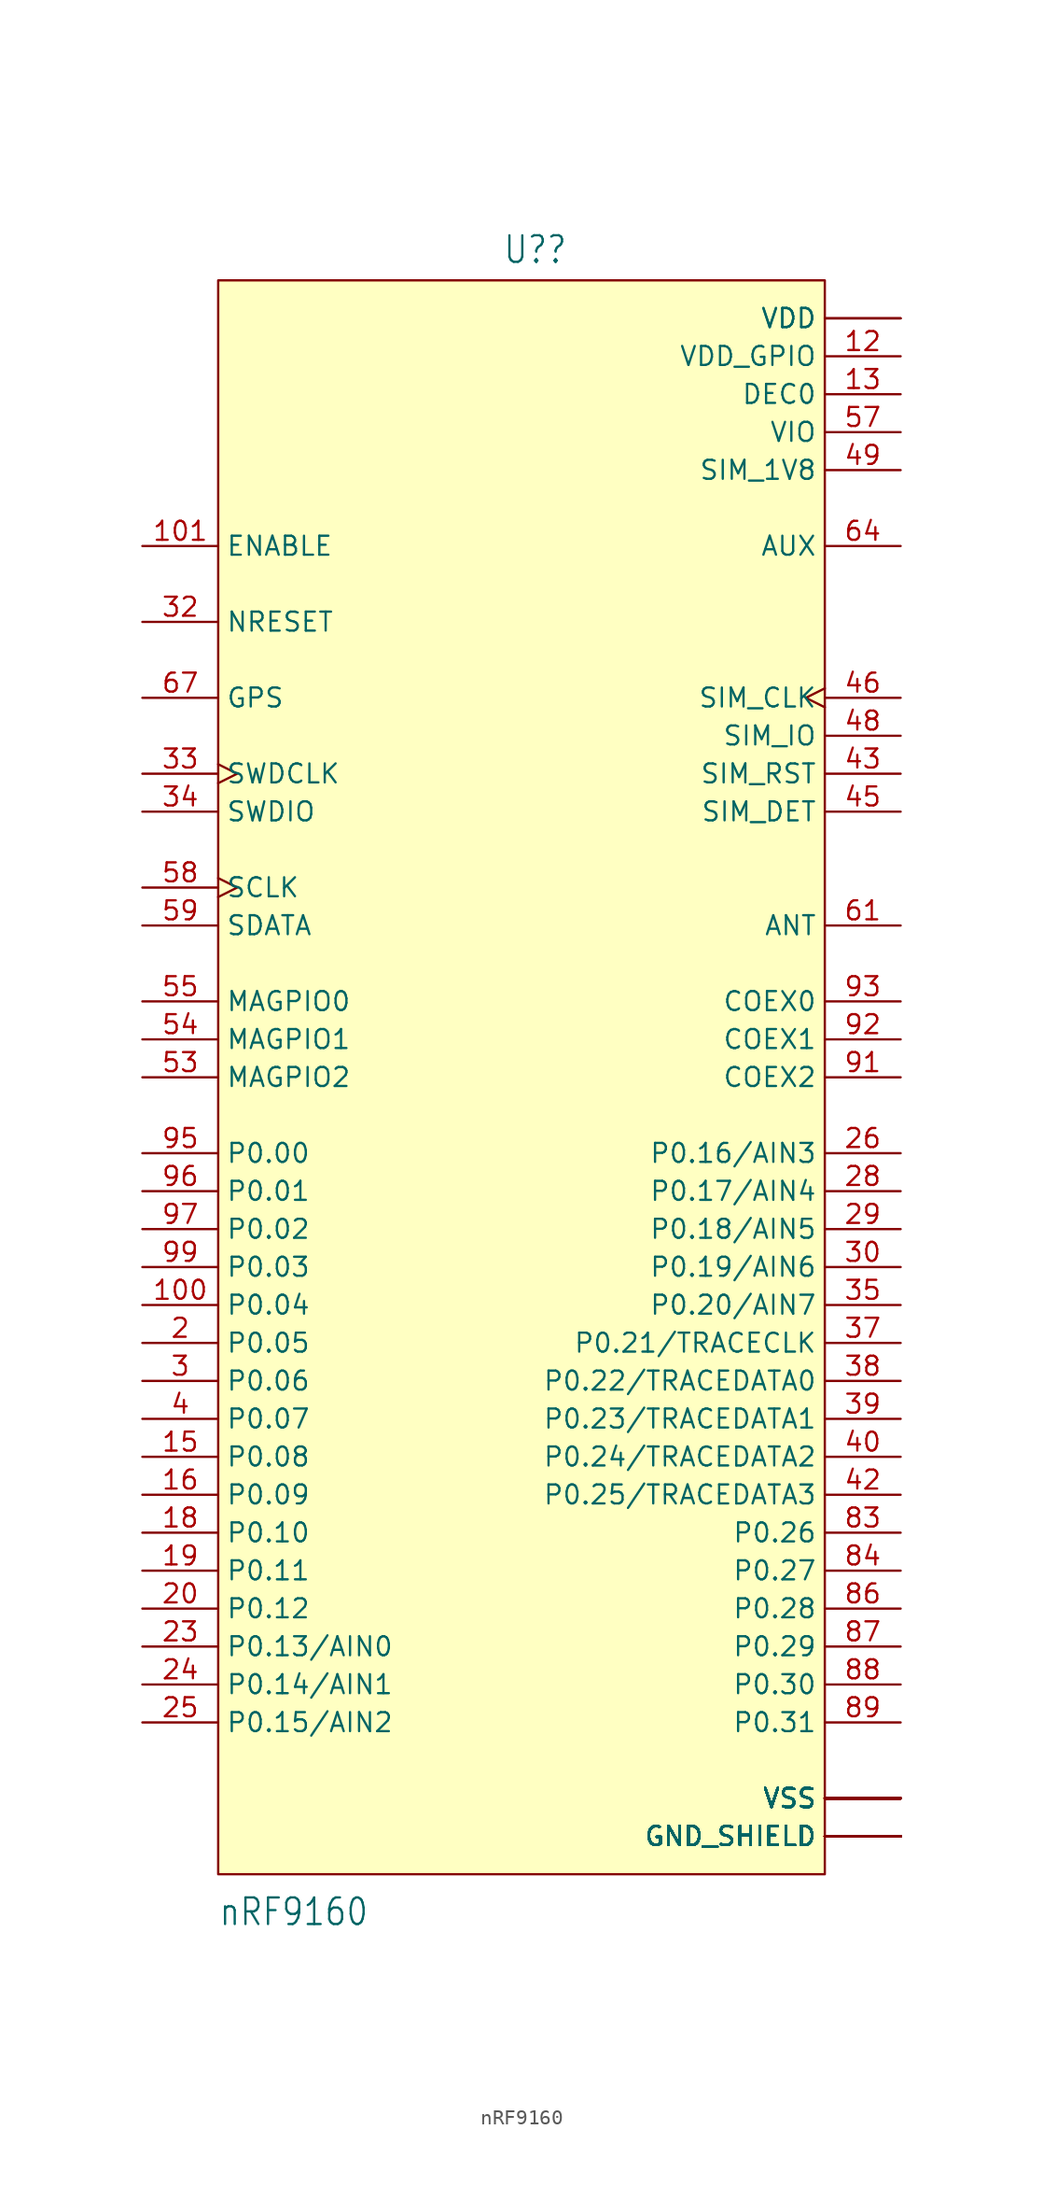
<source format=kicad_sym>
(kicad_symbol_lib
  (version 20220914)
  (generator kicad_symbol_editor)
  (symbol "nRF9160"
    (property "Reference" "U?"
      (at -1.27 54.356 0)
      (effects (font (size 1.778 1.511)) (justify left bottom)))
    (property "Value" "nRF9160"
      (at -20.32 -56.896 0)
      (effects (font (size 1.778 1.511)) (justify left bottom)))
    (symbol "nRF9160_1_0"
      (pin power_in line (at 25.4 -50.8 180) (length 5.08) (name "GND_SHIELD" (effects (font (size 1.27 1.27)))) (number "1" (effects (font (size 0 0)))))
      (pin bidirectional line (at -25.4 -15.24 0) (length 5.08) (name "P0.04" (effects (font (size 1.27 1.27)))) (number "100" (effects (font (size 1.27 1.27)))))
      (pin input line (at -25.4 35.56 0) (length 5.08) (name "ENABLE" (effects (font (size 1.27 1.27)))) (number "101" (effects (font (size 1.27 1.27)))))
      (pin power_in line (at 25.4 50.8 180) (length 5.08) (name "VDD" (effects (font (size 1.27 1.27)))) (number "102" (effects (font (size 0 0)))))
      (pin power_in line (at 25.4 -48.26 180) (length 5.08) (name "VSS" (effects (font (size 1.27 1.27)))) (number "103_1" (effects (font (size 0 0)))))
      (pin power_in line (at 25.4 -48.26 180) (length 5.08) (name "VSS" (effects (font (size 1.27 1.27)))) (number "103_10" (effects (font (size 0 0)))))
      (pin power_in line (at 25.4 -48.26 180) (length 5.08) (name "VSS" (effects (font (size 1.27 1.27)))) (number "103_11" (effects (font (size 0 0)))))
      (pin power_in line (at 25.4 -48.26 180) (length 5.08) (name "VSS" (effects (font (size 1.27 1.27)))) (number "103_12" (effects (font (size 0 0)))))
      (pin power_in line (at 25.4 -48.26 180) (length 5.08) (name "VSS" (effects (font (size 1.27 1.27)))) (number "103_13" (effects (font (size 0 0)))))
      (pin power_in line (at 25.4 -48.26 180) (length 5.08) (name "VSS" (effects (font (size 1.27 1.27)))) (number "103_14" (effects (font (size 0 0)))))
      (pin power_in line (at 25.4 -48.26 180) (length 5.08) (name "VSS" (effects (font (size 1.27 1.27)))) (number "103_15" (effects (font (size 0 0)))))
      (pin power_in line (at 25.4 -48.26 180) (length 5.08) (name "VSS" (effects (font (size 1.27 1.27)))) (number "103_16" (effects (font (size 0 0)))))
      (pin power_in line (at 25.4 -48.26 180) (length 5.08) (name "VSS" (effects (font (size 1.27 1.27)))) (number "103_17" (effects (font (size 0 0)))))
      (pin power_in line (at 25.4 -48.26 180) (length 5.08) (name "VSS" (effects (font (size 1.27 1.27)))) (number "103_18" (effects (font (size 0 0)))))
      (pin power_in line (at 25.4 -48.26 180) (length 5.08) (name "VSS" (effects (font (size 1.27 1.27)))) (number "103_19" (effects (font (size 0 0)))))
      (pin power_in line (at 25.4 -48.26 180) (length 5.08) (name "VSS" (effects (font (size 1.27 1.27)))) (number "103_2" (effects (font (size 0 0)))))
      (pin power_in line (at 25.4 -48.26 180) (length 5.08) (name "VSS" (effects (font (size 1.27 1.27)))) (number "103_20" (effects (font (size 0 0)))))
      (pin power_in line (at 25.4 -48.26 180) (length 5.08) (name "VSS" (effects (font (size 1.27 1.27)))) (number "103_21" (effects (font (size 0 0)))))
      (pin power_in line (at 25.4 -48.26 180) (length 5.08) (name "VSS" (effects (font (size 1.27 1.27)))) (number "103_22" (effects (font (size 0 0)))))
      (pin power_in line (at 25.4 -48.26 180) (length 5.08) (name "VSS" (effects (font (size 1.27 1.27)))) (number "103_23" (effects (font (size 0 0)))))
      (pin power_in line (at 25.4 -48.26 180) (length 5.08) (name "VSS" (effects (font (size 1.27 1.27)))) (number "103_24" (effects (font (size 0 0)))))
      (pin power_in line (at 25.4 -48.26 180) (length 5.08) (name "VSS" (effects (font (size 1.27 1.27)))) (number "103_25" (effects (font (size 0 0)))))
      (pin power_in line (at 25.4 -48.26 180) (length 5.08) (name "VSS" (effects (font (size 1.27 1.27)))) (number "103_26" (effects (font (size 0 0)))))
      (pin power_in line (at 25.4 -48.26 180) (length 5.08) (name "VSS" (effects (font (size 1.27 1.27)))) (number "103_27" (effects (font (size 0 0)))))
      (pin power_in line (at 25.4 -48.26 180) (length 5.08) (name "VSS" (effects (font (size 1.27 1.27)))) (number "103_28" (effects (font (size 0 0)))))
      (pin power_in line (at 25.4 -48.26 180) (length 5.08) (name "VSS" (effects (font (size 1.27 1.27)))) (number "103_29" (effects (font (size 0 0)))))
      (pin power_in line (at 25.4 -48.26 180) (length 5.08) (name "VSS" (effects (font (size 1.27 1.27)))) (number "103_3" (effects (font (size 0 0)))))
      (pin power_in line (at 25.4 -48.26 180) (length 5.08) (name "VSS" (effects (font (size 1.27 1.27)))) (number "103_30" (effects (font (size 0 0)))))
      (pin power_in line (at 25.4 -48.26 180) (length 5.08) (name "VSS" (effects (font (size 1.27 1.27)))) (number "103_31" (effects (font (size 0 0)))))
      (pin power_in line (at 25.4 -48.26 180) (length 5.08) (name "VSS" (effects (font (size 1.27 1.27)))) (number "103_32" (effects (font (size 0 0)))))
      (pin power_in line (at 25.4 -48.26 180) (length 5.08) (name "VSS" (effects (font (size 1.27 1.27)))) (number "103_33" (effects (font (size 0 0)))))
      (pin power_in line (at 25.4 -48.26 180) (length 5.08) (name "VSS" (effects (font (size 1.27 1.27)))) (number "103_34" (effects (font (size 0 0)))))
      (pin power_in line (at 25.4 -48.26 180) (length 5.08) (name "VSS" (effects (font (size 1.27 1.27)))) (number "103_35" (effects (font (size 0 0)))))
      (pin power_in line (at 25.4 -48.26 180) (length 5.08) (name "VSS" (effects (font (size 1.27 1.27)))) (number "103_4" (effects (font (size 0 0)))))
      (pin power_in line (at 25.4 -48.26 180) (length 5.08) (name "VSS" (effects (font (size 1.27 1.27)))) (number "103_5" (effects (font (size 0 0)))))
      (pin power_in line (at 25.4 -48.26 180) (length 5.08) (name "VSS" (effects (font (size 1.27 1.27)))) (number "103_6" (effects (font (size 0 0)))))
      (pin power_in line (at 25.4 -48.26 180) (length 5.08) (name "VSS" (effects (font (size 1.27 1.27)))) (number "103_7" (effects (font (size 0 0)))))
      (pin power_in line (at 25.4 -48.26 180) (length 5.08) (name "VSS" (effects (font (size 1.27 1.27)))) (number "103_8" (effects (font (size 0 0)))))
      (pin power_in line (at 25.4 -48.26 180) (length 5.08) (name "VSS" (effects (font (size 1.27 1.27)))) (number "103_9" (effects (font (size 0 0)))))
      (pin power_in line (at 25.4 -50.8 180) (length 5.08) (name "GND_SHIELD" (effects (font (size 1.27 1.27)))) (number "11" (effects (font (size 0 0)))))
      (pin power_in line (at 25.4 48.26 180) (length 5.08) (name "VDD_GPIO" (effects (font (size 1.27 1.27)))) (number "12" (effects (font (size 1.27 1.27)))))
      (pin power_in line (at 25.4 45.72 180) (length 5.08) (name "DEC0" (effects (font (size 1.27 1.27)))) (number "13" (effects (font (size 1.27 1.27)))))
      (pin power_in line (at 25.4 -50.8 180) (length 5.08) (name "GND_SHIELD" (effects (font (size 1.27 1.27)))) (number "14" (effects (font (size 0 0)))))
      (pin bidirectional line (at -25.4 -25.4 0) (length 5.08) (name "P0.08" (effects (font (size 1.27 1.27)))) (number "15" (effects (font (size 1.27 1.27)))))
      (pin bidirectional line (at -25.4 -27.94 0) (length 5.08) (name "P0.09" (effects (font (size 1.27 1.27)))) (number "16" (effects (font (size 1.27 1.27)))))
      (pin power_in line (at 25.4 -50.8 180) (length 5.08) (name "GND_SHIELD" (effects (font (size 1.27 1.27)))) (number "17" (effects (font (size 0 0)))))
      (pin bidirectional line (at -25.4 -30.48 0) (length 5.08) (name "P0.10" (effects (font (size 1.27 1.27)))) (number "18" (effects (font (size 1.27 1.27)))))
      (pin bidirectional line (at -25.4 -33.02 0) (length 5.08) (name "P0.11" (effects (font (size 1.27 1.27)))) (number "19" (effects (font (size 1.27 1.27)))))
      (pin bidirectional line (at -25.4 -17.78 0) (length 5.08) (name "P0.05" (effects (font (size 1.27 1.27)))) (number "2" (effects (font (size 1.27 1.27)))))
      (pin bidirectional line (at -25.4 -35.56 0) (length 5.08) (name "P0.12" (effects (font (size 1.27 1.27)))) (number "20" (effects (font (size 1.27 1.27)))))
      (pin power_in line (at 25.4 -50.8 180) (length 5.08) (name "GND_SHIELD" (effects (font (size 1.27 1.27)))) (number "21" (effects (font (size 0 0)))))
      (pin power_in line (at 25.4 50.8 180) (length 5.08) (name "VDD" (effects (font (size 1.27 1.27)))) (number "22" (effects (font (size 0 0)))))
      (pin bidirectional line (at -25.4 -38.1 0) (length 5.08) (name "P0.13/AIN0" (effects (font (size 1.27 1.27)))) (number "23" (effects (font (size 1.27 1.27)))))
      (pin bidirectional line (at -25.4 -40.64 0) (length 5.08) (name "P0.14/AIN1" (effects (font (size 1.27 1.27)))) (number "24" (effects (font (size 1.27 1.27)))))
      (pin bidirectional line (at -25.4 -43.18 0) (length 5.08) (name "P0.15/AIN2" (effects (font (size 1.27 1.27)))) (number "25" (effects (font (size 1.27 1.27)))))
      (pin bidirectional line (at 25.4 -5.08 180) (length 5.08) (name "P0.16/AIN3" (effects (font (size 1.27 1.27)))) (number "26" (effects (font (size 1.27 1.27)))))
      (pin power_in line (at 25.4 -50.8 180) (length 5.08) (name "GND_SHIELD" (effects (font (size 1.27 1.27)))) (number "27" (effects (font (size 0 0)))))
      (pin bidirectional line (at 25.4 -7.62 180) (length 5.08) (name "P0.17/AIN4" (effects (font (size 1.27 1.27)))) (number "28" (effects (font (size 1.27 1.27)))))
      (pin bidirectional line (at 25.4 -10.16 180) (length 5.08) (name "P0.18/AIN5" (effects (font (size 1.27 1.27)))) (number "29" (effects (font (size 1.27 1.27)))))
      (pin bidirectional line (at -25.4 -20.32 0) (length 5.08) (name "P0.06" (effects (font (size 1.27 1.27)))) (number "3" (effects (font (size 1.27 1.27)))))
      (pin bidirectional line (at 25.4 -12.7 180) (length 5.08) (name "P0.19/AIN6" (effects (font (size 1.27 1.27)))) (number "30" (effects (font (size 1.27 1.27)))))
      (pin power_in line (at 25.4 -50.8 180) (length 5.08) (name "GND_SHIELD" (effects (font (size 1.27 1.27)))) (number "31" (effects (font (size 0 0)))))
      (pin input line (at -25.4 30.48 0) (length 5.08) (name "NRESET" (effects (font (size 1.27 1.27)))) (number "32" (effects (font (size 1.27 1.27)))))
      (pin input clock (at -25.4 20.32 0) (length 5.08) (name "SWDCLK" (effects (font (size 1.27 1.27)))) (number "33" (effects (font (size 1.27 1.27)))))
      (pin bidirectional line (at -25.4 17.78 0) (length 5.08) (name "SWDIO" (effects (font (size 1.27 1.27)))) (number "34" (effects (font (size 1.27 1.27)))))
      (pin bidirectional line (at 25.4 -15.24 180) (length 5.08) (name "P0.20/AIN7" (effects (font (size 1.27 1.27)))) (number "35" (effects (font (size 1.27 1.27)))))
      (pin power_in line (at 25.4 -50.8 180) (length 5.08) (name "GND_SHIELD" (effects (font (size 1.27 1.27)))) (number "36" (effects (font (size 0 0)))))
      (pin bidirectional line (at 25.4 -17.78 180) (length 5.08) (name "P0.21/TRACECLK" (effects (font (size 1.27 1.27)))) (number "37" (effects (font (size 1.27 1.27)))))
      (pin bidirectional line (at 25.4 -20.32 180) (length 5.08) (name "P0.22/TRACEDATA0" (effects (font (size 1.27 1.27)))) (number "38" (effects (font (size 1.27 1.27)))))
      (pin bidirectional line (at 25.4 -22.86 180) (length 5.08) (name "P0.23/TRACEDATA1" (effects (font (size 1.27 1.27)))) (number "39" (effects (font (size 1.27 1.27)))))
      (pin bidirectional line (at -25.4 -22.86 0) (length 5.08) (name "P0.07" (effects (font (size 1.27 1.27)))) (number "4" (effects (font (size 1.27 1.27)))))
      (pin bidirectional line (at 25.4 -25.4 180) (length 5.08) (name "P0.24/TRACEDATA2" (effects (font (size 1.27 1.27)))) (number "40" (effects (font (size 1.27 1.27)))))
      (pin power_in line (at 25.4 -50.8 180) (length 5.08) (name "GND_SHIELD" (effects (font (size 1.27 1.27)))) (number "41" (effects (font (size 0 0)))))
      (pin bidirectional line (at 25.4 -27.94 180) (length 5.08) (name "P0.25/TRACEDATA3" (effects (font (size 1.27 1.27)))) (number "42" (effects (font (size 1.27 1.27)))))
      (pin bidirectional line (at 25.4 20.32 180) (length 5.08) (name "SIM_RST" (effects (font (size 1.27 1.27)))) (number "43" (effects (font (size 1.27 1.27)))))
      (pin power_in line (at 25.4 -50.8 180) (length 5.08) (name "GND_SHIELD" (effects (font (size 1.27 1.27)))) (number "44" (effects (font (size 0 0)))))
      (pin bidirectional line (at 25.4 17.78 180) (length 5.08) (name "SIM_DET" (effects (font (size 1.27 1.27)))) (number "45" (effects (font (size 1.27 1.27)))))
      (pin bidirectional clock (at 25.4 25.4 180) (length 5.08) (name "SIM_CLK" (effects (font (size 1.27 1.27)))) (number "46" (effects (font (size 1.27 1.27)))))
      (pin power_in line (at 25.4 -50.8 180) (length 5.08) (name "GND_SHIELD" (effects (font (size 1.27 1.27)))) (number "47" (effects (font (size 0 0)))))
      (pin bidirectional line (at 25.4 22.86 180) (length 5.08) (name "SIM_IO" (effects (font (size 1.27 1.27)))) (number "48" (effects (font (size 1.27 1.27)))))
      (pin power_in line (at 25.4 40.64 180) (length 5.08) (name "SIM_1V8" (effects (font (size 1.27 1.27)))) (number "49" (effects (font (size 1.27 1.27)))))
      (pin power_in line (at 25.4 -50.8 180) (length 5.08) (name "GND_SHIELD" (effects (font (size 1.27 1.27)))) (number "5" (effects (font (size 0 0)))))
      (pin power_in line (at 25.4 -50.8 180) (length 5.08) (name "GND_SHIELD" (effects (font (size 1.27 1.27)))) (number "50" (effects (font (size 0 0)))))
      (pin power_in line (at 25.4 -50.8 180) (length 5.08) (name "GND_SHIELD" (effects (font (size 1.27 1.27)))) (number "52" (effects (font (size 0 0)))))
      (pin bidirectional line (at -25.4 0 0) (length 5.08) (name "MAGPIO2" (effects (font (size 1.27 1.27)))) (number "53" (effects (font (size 1.27 1.27)))))
      (pin bidirectional line (at -25.4 2.54 0) (length 5.08) (name "MAGPIO1" (effects (font (size 1.27 1.27)))) (number "54" (effects (font (size 1.27 1.27)))))
      (pin bidirectional line (at -25.4 5.08 0) (length 5.08) (name "MAGPIO0" (effects (font (size 1.27 1.27)))) (number "55" (effects (font (size 1.27 1.27)))))
      (pin power_in line (at 25.4 -50.8 180) (length 5.08) (name "GND_SHIELD" (effects (font (size 1.27 1.27)))) (number "56" (effects (font (size 0 0)))))
      (pin power_in line (at 25.4 43.18 180) (length 5.08) (name "VIO" (effects (font (size 1.27 1.27)))) (number "57" (effects (font (size 1.27 1.27)))))
      (pin bidirectional clock (at -25.4 12.7 0) (length 5.08) (name "SCLK" (effects (font (size 1.27 1.27)))) (number "58" (effects (font (size 1.27 1.27)))))
      (pin bidirectional line (at -25.4 10.16 0) (length 5.08) (name "SDATA" (effects (font (size 1.27 1.27)))) (number "59" (effects (font (size 1.27 1.27)))))
      (pin power_in line (at 25.4 -50.8 180) (length 5.08) (name "GND_SHIELD" (effects (font (size 1.27 1.27)))) (number "6" (effects (font (size 0 0)))))
      (pin power_in line (at 25.4 -50.8 180) (length 5.08) (name "GND_SHIELD" (effects (font (size 1.27 1.27)))) (number "60" (effects (font (size 0 0)))))
      (pin bidirectional line (at 25.4 10.16 180) (length 5.08) (name "ANT" (effects (font (size 1.27 1.27)))) (number "61" (effects (font (size 1.27 1.27)))))
      (pin power_in line (at 25.4 -50.8 180) (length 5.08) (name "GND_SHIELD" (effects (font (size 1.27 1.27)))) (number "62" (effects (font (size 0 0)))))
      (pin power_in line (at 25.4 -50.8 180) (length 5.08) (name "GND_SHIELD" (effects (font (size 1.27 1.27)))) (number "63" (effects (font (size 0 0)))))
      (pin output line (at 25.4 35.56 180) (length 5.08) (name "AUX" (effects (font (size 1.27 1.27)))) (number "64" (effects (font (size 1.27 1.27)))))
      (pin power_in line (at 25.4 -50.8 180) (length 5.08) (name "GND_SHIELD" (effects (font (size 1.27 1.27)))) (number "65" (effects (font (size 0 0)))))
      (pin power_in line (at 25.4 -50.8 180) (length 5.08) (name "GND_SHIELD" (effects (font (size 1.27 1.27)))) (number "66" (effects (font (size 0 0)))))
      (pin input line (at -25.4 25.4 0) (length 5.08) (name "GPS" (effects (font (size 1.27 1.27)))) (number "67" (effects (font (size 1.27 1.27)))))
      (pin power_in line (at 25.4 -50.8 180) (length 5.08) (name "GND_SHIELD" (effects (font (size 1.27 1.27)))) (number "68" (effects (font (size 0 0)))))
      (pin power_in line (at 25.4 -50.8 180) (length 5.08) (name "GND_SHIELD" (effects (font (size 1.27 1.27)))) (number "69" (effects (font (size 0 0)))))
      (pin power_in line (at 25.4 -50.8 180) (length 5.08) (name "GND_SHIELD" (effects (font (size 1.27 1.27)))) (number "7" (effects (font (size 0 0)))))
      (pin power_in line (at 25.4 -50.8 180) (length 5.08) (name "GND_SHIELD" (effects (font (size 1.27 1.27)))) (number "72" (effects (font (size 0 0)))))
      (pin power_in line (at 25.4 -50.8 180) (length 5.08) (name "GND_SHIELD" (effects (font (size 1.27 1.27)))) (number "74" (effects (font (size 0 0)))))
      (pin power_in line (at 25.4 -50.8 180) (length 5.08) (name "GND_SHIELD" (effects (font (size 1.27 1.27)))) (number "75" (effects (font (size 0 0)))))
      (pin power_in line (at 25.4 -50.8 180) (length 5.08) (name "GND_SHIELD" (effects (font (size 1.27 1.27)))) (number "76" (effects (font (size 0 0)))))
      (pin power_in line (at 25.4 -50.8 180) (length 5.08) (name "GND_SHIELD" (effects (font (size 1.27 1.27)))) (number "77" (effects (font (size 0 0)))))
      (pin power_in line (at 25.4 -50.8 180) (length 5.08) (name "GND_SHIELD" (effects (font (size 1.27 1.27)))) (number "78" (effects (font (size 0 0)))))
      (pin power_in line (at 25.4 -50.8 180) (length 5.08) (name "GND_SHIELD" (effects (font (size 1.27 1.27)))) (number "79" (effects (font (size 0 0)))))
      (pin power_in line (at 25.4 -50.8 180) (length 5.08) (name "GND_SHIELD" (effects (font (size 1.27 1.27)))) (number "8" (effects (font (size 0 0)))))
      (pin power_in line (at 25.4 -50.8 180) (length 5.08) (name "GND_SHIELD" (effects (font (size 1.27 1.27)))) (number "80" (effects (font (size 0 0)))))
      (pin power_in line (at 25.4 -50.8 180) (length 5.08) (name "GND_SHIELD" (effects (font (size 1.27 1.27)))) (number "81" (effects (font (size 0 0)))))
      (pin power_in line (at 25.4 -50.8 180) (length 5.08) (name "GND_SHIELD" (effects (font (size 1.27 1.27)))) (number "82" (effects (font (size 0 0)))))
      (pin bidirectional line (at 25.4 -30.48 180) (length 5.08) (name "P0.26" (effects (font (size 1.27 1.27)))) (number "83" (effects (font (size 1.27 1.27)))))
      (pin bidirectional line (at 25.4 -33.02 180) (length 5.08) (name "P0.27" (effects (font (size 1.27 1.27)))) (number "84" (effects (font (size 1.27 1.27)))))
      (pin power_in line (at 25.4 -50.8 180) (length 5.08) (name "GND_SHIELD" (effects (font (size 1.27 1.27)))) (number "85" (effects (font (size 0 0)))))
      (pin bidirectional line (at 25.4 -35.56 180) (length 5.08) (name "P0.28" (effects (font (size 1.27 1.27)))) (number "86" (effects (font (size 1.27 1.27)))))
      (pin bidirectional line (at 25.4 -38.1 180) (length 5.08) (name "P0.29" (effects (font (size 1.27 1.27)))) (number "87" (effects (font (size 1.27 1.27)))))
      (pin bidirectional line (at 25.4 -40.64 180) (length 5.08) (name "P0.30" (effects (font (size 1.27 1.27)))) (number "88" (effects (font (size 1.27 1.27)))))
      (pin bidirectional line (at 25.4 -43.18 180) (length 5.08) (name "P0.31" (effects (font (size 1.27 1.27)))) (number "89" (effects (font (size 1.27 1.27)))))
      (pin power_in line (at 25.4 -50.8 180) (length 5.08) (name "GND_SHIELD" (effects (font (size 1.27 1.27)))) (number "9" (effects (font (size 0 0)))))
      (pin power_in line (at 25.4 -50.8 180) (length 5.08) (name "GND_SHIELD" (effects (font (size 1.27 1.27)))) (number "90" (effects (font (size 0 0)))))
      (pin bidirectional line (at 25.4 0 180) (length 5.08) (name "COEX2" (effects (font (size 1.27 1.27)))) (number "91" (effects (font (size 1.27 1.27)))))
      (pin bidirectional line (at 25.4 2.54 180) (length 5.08) (name "COEX1" (effects (font (size 1.27 1.27)))) (number "92" (effects (font (size 1.27 1.27)))))
      (pin bidirectional line (at 25.4 5.08 180) (length 5.08) (name "COEX0" (effects (font (size 1.27 1.27)))) (number "93" (effects (font (size 1.27 1.27)))))
      (pin power_in line (at 25.4 -50.8 180) (length 5.08) (name "GND_SHIELD" (effects (font (size 1.27 1.27)))) (number "94" (effects (font (size 0 0)))))
      (pin bidirectional line (at -25.4 -5.08 0) (length 5.08) (name "P0.00" (effects (font (size 1.27 1.27)))) (number "95" (effects (font (size 1.27 1.27)))))
      (pin bidirectional line (at -25.4 -7.62 0) (length 5.08) (name "P0.01" (effects (font (size 1.27 1.27)))) (number "96" (effects (font (size 1.27 1.27)))))
      (pin bidirectional line (at -25.4 -10.16 0) (length 5.08) (name "P0.02" (effects (font (size 1.27 1.27)))) (number "97" (effects (font (size 1.27 1.27)))))
      (pin power_in line (at 25.4 -50.8 180) (length 5.08) (name "GND_SHIELD" (effects (font (size 1.27 1.27)))) (number "98" (effects (font (size 0 0)))))
      (pin bidirectional line (at -25.4 -12.7 0) (length 5.08) (name "P0.03" (effects (font (size 1.27 1.27)))) (number "99" (effects (font (size 1.27 1.27))))))
    (symbol "nRF9160_1_1"
      (rectangle (start 20.32 -53.34) (end -20.32 53.34) (stroke (width 0) (type default)) (fill (type background))))))
</source>
